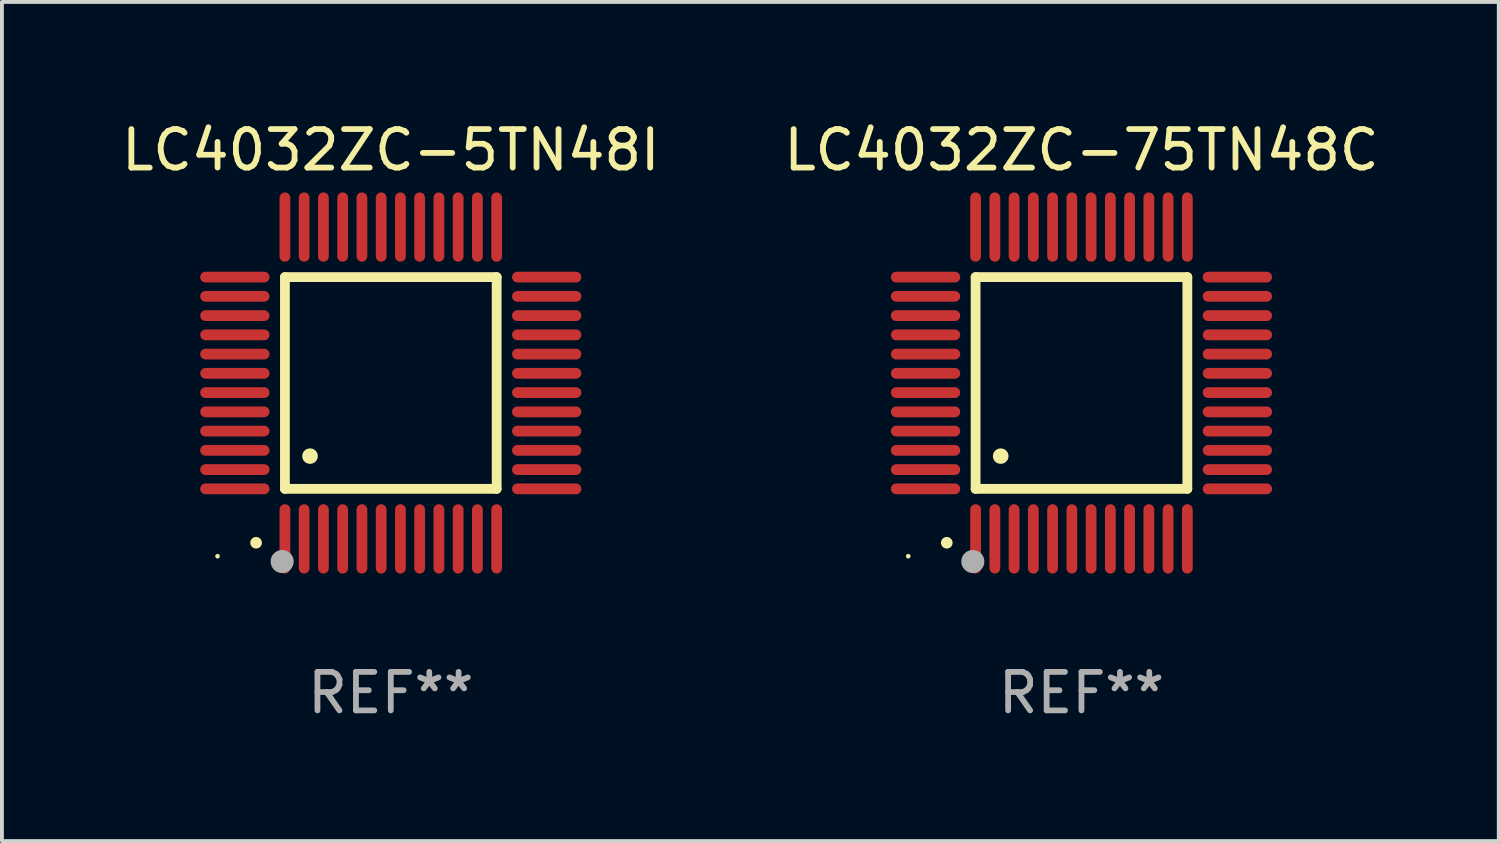
<source format=kicad_pcb>
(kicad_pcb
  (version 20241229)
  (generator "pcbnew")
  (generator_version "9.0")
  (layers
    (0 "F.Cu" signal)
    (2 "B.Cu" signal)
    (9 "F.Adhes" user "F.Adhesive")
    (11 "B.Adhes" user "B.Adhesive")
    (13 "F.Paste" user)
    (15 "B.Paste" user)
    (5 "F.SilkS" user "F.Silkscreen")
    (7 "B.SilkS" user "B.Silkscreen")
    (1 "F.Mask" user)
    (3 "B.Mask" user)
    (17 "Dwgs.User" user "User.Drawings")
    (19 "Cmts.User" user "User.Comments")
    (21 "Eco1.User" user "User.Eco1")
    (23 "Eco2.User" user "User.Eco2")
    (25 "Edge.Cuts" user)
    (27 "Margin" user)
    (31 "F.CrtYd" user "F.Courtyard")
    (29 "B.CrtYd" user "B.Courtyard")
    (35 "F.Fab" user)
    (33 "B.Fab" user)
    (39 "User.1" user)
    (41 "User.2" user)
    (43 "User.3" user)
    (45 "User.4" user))
  (footprint "LC4032ZC-5TN48I"
    (layer "F.Cu")
    (at 7.101 6.898)
    (property "Reference" "LC4032ZC-5TN48I" (at 0 -6.05 0) (layer "F.SilkS") (effects (font (size 1 1) (thickness 0.15))))
    (attr through_hole)
    (fp_line (start -2.75 -2.75) (end 2.75 -2.75) (stroke (width 0.254) (type solid)) (layer "F.SilkS"))
    (fp_line (start -2.75 2.75) (end -2.75 -2.75) (stroke (width 0.254) (type solid)) (layer "F.SilkS"))
    (fp_line (start 2.75 -2.75) (end 2.75 2.75) (stroke (width 0.254) (type solid)) (layer "F.SilkS"))
    (fp_line (start 2.75 2.75) (end -2.75 2.75) (stroke (width 0.254) (type solid)) (layer "F.SilkS"))
    (fp_arc (start -3.500127 4.150368) (mid -3.498857 4.150363) (end -3.497587 4.150368) (stroke (width 0.3) (type solid)) (layer "F.SilkS"))
    (fp_arc (start -2.100584 1.899924) (mid -2.098044 1.899908) (end -2.095504 1.899924) (stroke (width 0.4) (type solid)) (layer "F.SilkS"))
    (fp_circle (center -4.5 4.5) (end -4.47 4.5) (stroke (width 0.06) (type solid)) (fill no) (layer "F.SilkS"))
    (fp_circle (center -2.822 4.638) (end -2.672 4.638) (stroke (width 0.3) (type solid)) (fill no) (layer "F.Fab"))
    (fp_text user "REF**" (at 0 8.05 0) (layer "F.Fab") (effects (font (size 1 1) (thickness 0.15))))
    (pad "1" smd oval (at -2.75 4.05) (size 0.28 1.8) (layers "F.Cu" "F.Mask" "F.Paste"))
    (pad "2" smd oval (at -2.25 4.05) (size 0.28 1.8) (layers "F.Cu" "F.Mask" "F.Paste"))
    (pad "3" smd oval (at -1.75 4.05) (size 0.28 1.8) (layers "F.Cu" "F.Mask" "F.Paste"))
    (pad "4" smd oval (at -1.25 4.05) (size 0.28 1.8) (layers "F.Cu" "F.Mask" "F.Paste"))
    (pad "5" smd oval (at -0.75 4.05) (size 0.28 1.8) (layers "F.Cu" "F.Mask" "F.Paste"))
    (pad "6" smd oval (at -0.25 4.05) (size 0.28 1.8) (layers "F.Cu" "F.Mask" "F.Paste"))
    (pad "7" smd oval (at 0.25 4.05) (size 0.28 1.8) (layers "F.Cu" "F.Mask" "F.Paste"))
    (pad "8" smd oval (at 0.75 4.05) (size 0.28 1.8) (layers "F.Cu" "F.Mask" "F.Paste"))
    (pad "9" smd oval (at 1.25 4.05) (size 0.28 1.8) (layers "F.Cu" "F.Mask" "F.Paste"))
    (pad "10" smd oval (at 1.75 4.05) (size 0.28 1.8) (layers "F.Cu" "F.Mask" "F.Paste"))
    (pad "11" smd oval (at 2.25 4.05) (size 0.28 1.8) (layers "F.Cu" "F.Mask" "F.Paste"))
    (pad "12" smd oval (at 2.75 4.05) (size 0.28 1.8) (layers "F.Cu" "F.Mask" "F.Paste"))
    (pad "13" smd oval (at 4.05 2.75) (size 1.8 0.28) (layers "F.Cu" "F.Mask" "F.Paste"))
    (pad "14" smd oval (at 4.05 2.25) (size 1.8 0.28) (layers "F.Cu" "F.Mask" "F.Paste"))
    (pad "15" smd oval (at 4.05 1.75) (size 1.8 0.28) (layers "F.Cu" "F.Mask" "F.Paste"))
    (pad "16" smd oval (at 4.05 1.25) (size 1.8 0.28) (layers "F.Cu" "F.Mask" "F.Paste"))
    (pad "17" smd oval (at 4.05 0.75) (size 1.8 0.28) (layers "F.Cu" "F.Mask" "F.Paste"))
    (pad "18" smd oval (at 4.05 0.25) (size 1.8 0.28) (layers "F.Cu" "F.Mask" "F.Paste"))
    (pad "19" smd oval (at 4.05 -0.25) (size 1.8 0.28) (layers "F.Cu" "F.Mask" "F.Paste"))
    (pad "20" smd oval (at 4.05 -0.75) (size 1.8 0.28) (layers "F.Cu" "F.Mask" "F.Paste"))
    (pad "21" smd oval (at 4.05 -1.25) (size 1.8 0.28) (layers "F.Cu" "F.Mask" "F.Paste"))
    (pad "22" smd oval (at 4.05 -1.75) (size 1.8 0.28) (layers "F.Cu" "F.Mask" "F.Paste"))
    (pad "23" smd oval (at 4.05 -2.25) (size 1.8 0.28) (layers "F.Cu" "F.Mask" "F.Paste"))
    (pad "24" smd oval (at 4.05 -2.75) (size 1.8 0.28) (layers "F.Cu" "F.Mask" "F.Paste"))
    (pad "25" smd oval (at 2.75 -4.05) (size 0.28 1.8) (layers "F.Cu" "F.Mask" "F.Paste"))
    (pad "26" smd oval (at 2.25 -4.05) (size 0.28 1.8) (layers "F.Cu" "F.Mask" "F.Paste"))
    (pad "27" smd oval (at 1.75 -4.05) (size 0.28 1.8) (layers "F.Cu" "F.Mask" "F.Paste"))
    (pad "28" smd oval (at 1.25 -4.05) (size 0.28 1.8) (layers "F.Cu" "F.Mask" "F.Paste"))
    (pad "29" smd oval (at 0.75 -4.05) (size 0.28 1.8) (layers "F.Cu" "F.Mask" "F.Paste"))
    (pad "30" smd oval (at 0.25 -4.05) (size 0.28 1.8) (layers "F.Cu" "F.Mask" "F.Paste"))
    (pad "31" smd oval (at -0.25 -4.05) (size 0.28 1.8) (layers "F.Cu" "F.Mask" "F.Paste"))
    (pad "32" smd oval (at -0.75 -4.05) (size 0.28 1.8) (layers "F.Cu" "F.Mask" "F.Paste"))
    (pad "33" smd oval (at -1.25 -4.05) (size 0.28 1.8) (layers "F.Cu" "F.Mask" "F.Paste"))
    (pad "34" smd oval (at -1.75 -4.05) (size 0.28 1.8) (layers "F.Cu" "F.Mask" "F.Paste"))
    (pad "35" smd oval (at -2.25 -4.05) (size 0.28 1.8) (layers "F.Cu" "F.Mask" "F.Paste"))
    (pad "36" smd oval (at -2.75 -4.05) (size 0.28 1.8) (layers "F.Cu" "F.Mask" "F.Paste"))
    (pad "37" smd oval (at -4.05 -2.75) (size 1.8 0.28) (layers "F.Cu" "F.Mask" "F.Paste"))
    (pad "38" smd oval (at -4.05 -2.25) (size 1.8 0.28) (layers "F.Cu" "F.Mask" "F.Paste"))
    (pad "39" smd oval (at -4.05 -1.75) (size 1.8 0.28) (layers "F.Cu" "F.Mask" "F.Paste"))
    (pad "40" smd oval (at -4.05 -1.25) (size 1.8 0.28) (layers "F.Cu" "F.Mask" "F.Paste"))
    (pad "41" smd oval (at -4.05 -0.75) (size 1.8 0.28) (layers "F.Cu" "F.Mask" "F.Paste"))
    (pad "42" smd oval (at -4.05 -0.25) (size 1.8 0.28) (layers "F.Cu" "F.Mask" "F.Paste"))
    (pad "43" smd oval (at -4.05 0.25) (size 1.8 0.28) (layers "F.Cu" "F.Mask" "F.Paste"))
    (pad "44" smd oval (at -4.05 0.75) (size 1.8 0.28) (layers "F.Cu" "F.Mask" "F.Paste"))
    (pad "45" smd oval (at -4.05 1.25) (size 1.8 0.28) (layers "F.Cu" "F.Mask" "F.Paste"))
    (pad "46" smd oval (at -4.05 1.75) (size 1.8 0.28) (layers "F.Cu" "F.Mask" "F.Paste"))
    (pad "47" smd oval (at -4.05 2.25) (size 1.8 0.28) (layers "F.Cu" "F.Mask" "F.Paste"))
    (pad "48" smd oval (at -4.05 2.75) (size 1.8 0.28) (layers "F.Cu" "F.Mask" "F.Paste")))
  (footprint "LC4032ZC-75TN48C"
    (layer "F.Cu")
    (at 25.042 6.898)
    (property "Reference" "LC4032ZC-75TN48C" (at 0 -6.05 0) (layer "F.SilkS") (effects (font (size 1 1) (thickness 0.15))))
    (attr through_hole)
    (fp_line (start -2.75 -2.75) (end 2.75 -2.75) (stroke (width 0.254) (type solid)) (layer "F.SilkS"))
    (fp_line (start -2.75 2.75) (end -2.75 -2.75) (stroke (width 0.254) (type solid)) (layer "F.SilkS"))
    (fp_line (start 2.75 -2.75) (end 2.75 2.75) (stroke (width 0.254) (type solid)) (layer "F.SilkS"))
    (fp_line (start 2.75 2.75) (end -2.75 2.75) (stroke (width 0.254) (type solid)) (layer "F.SilkS"))
    (fp_arc (start -3.500127 4.150368) (mid -3.498857 4.150363) (end -3.497587 4.150368) (stroke (width 0.3) (type solid)) (layer "F.SilkS"))
    (fp_arc (start -2.100584 1.899924) (mid -2.098044 1.899908) (end -2.095504 1.899924) (stroke (width 0.4) (type solid)) (layer "F.SilkS"))
    (fp_circle (center -4.5 4.5) (end -4.47 4.5) (stroke (width 0.06) (type solid)) (fill no) (layer "F.SilkS"))
    (fp_circle (center -2.822 4.638) (end -2.672 4.638) (stroke (width 0.3) (type solid)) (fill no) (layer "F.Fab"))
    (fp_text user "REF**" (at 0 8.05 0) (layer "F.Fab") (effects (font (size 1 1) (thickness 0.15))))
    (pad "1" smd oval (at -2.75 4.05) (size 0.28 1.8) (layers "F.Cu" "F.Mask" "F.Paste"))
    (pad "2" smd oval (at -2.25 4.05) (size 0.28 1.8) (layers "F.Cu" "F.Mask" "F.Paste"))
    (pad "3" smd oval (at -1.75 4.05) (size 0.28 1.8) (layers "F.Cu" "F.Mask" "F.Paste"))
    (pad "4" smd oval (at -1.25 4.05) (size 0.28 1.8) (layers "F.Cu" "F.Mask" "F.Paste"))
    (pad "5" smd oval (at -0.75 4.05) (size 0.28 1.8) (layers "F.Cu" "F.Mask" "F.Paste"))
    (pad "6" smd oval (at -0.25 4.05) (size 0.28 1.8) (layers "F.Cu" "F.Mask" "F.Paste"))
    (pad "7" smd oval (at 0.25 4.05) (size 0.28 1.8) (layers "F.Cu" "F.Mask" "F.Paste"))
    (pad "8" smd oval (at 0.75 4.05) (size 0.28 1.8) (layers "F.Cu" "F.Mask" "F.Paste"))
    (pad "9" smd oval (at 1.25 4.05) (size 0.28 1.8) (layers "F.Cu" "F.Mask" "F.Paste"))
    (pad "10" smd oval (at 1.75 4.05) (size 0.28 1.8) (layers "F.Cu" "F.Mask" "F.Paste"))
    (pad "11" smd oval (at 2.25 4.05) (size 0.28 1.8) (layers "F.Cu" "F.Mask" "F.Paste"))
    (pad "12" smd oval (at 2.75 4.05) (size 0.28 1.8) (layers "F.Cu" "F.Mask" "F.Paste"))
    (pad "13" smd oval (at 4.05 2.75) (size 1.8 0.28) (layers "F.Cu" "F.Mask" "F.Paste"))
    (pad "14" smd oval (at 4.05 2.25) (size 1.8 0.28) (layers "F.Cu" "F.Mask" "F.Paste"))
    (pad "15" smd oval (at 4.05 1.75) (size 1.8 0.28) (layers "F.Cu" "F.Mask" "F.Paste"))
    (pad "16" smd oval (at 4.05 1.25) (size 1.8 0.28) (layers "F.Cu" "F.Mask" "F.Paste"))
    (pad "17" smd oval (at 4.05 0.75) (size 1.8 0.28) (layers "F.Cu" "F.Mask" "F.Paste"))
    (pad "18" smd oval (at 4.05 0.25) (size 1.8 0.28) (layers "F.Cu" "F.Mask" "F.Paste"))
    (pad "19" smd oval (at 4.05 -0.25) (size 1.8 0.28) (layers "F.Cu" "F.Mask" "F.Paste"))
    (pad "20" smd oval (at 4.05 -0.75) (size 1.8 0.28) (layers "F.Cu" "F.Mask" "F.Paste"))
    (pad "21" smd oval (at 4.05 -1.25) (size 1.8 0.28) (layers "F.Cu" "F.Mask" "F.Paste"))
    (pad "22" smd oval (at 4.05 -1.75) (size 1.8 0.28) (layers "F.Cu" "F.Mask" "F.Paste"))
    (pad "23" smd oval (at 4.05 -2.25) (size 1.8 0.28) (layers "F.Cu" "F.Mask" "F.Paste"))
    (pad "24" smd oval (at 4.05 -2.75) (size 1.8 0.28) (layers "F.Cu" "F.Mask" "F.Paste"))
    (pad "25" smd oval (at 2.75 -4.05) (size 0.28 1.8) (layers "F.Cu" "F.Mask" "F.Paste"))
    (pad "26" smd oval (at 2.25 -4.05) (size 0.28 1.8) (layers "F.Cu" "F.Mask" "F.Paste"))
    (pad "27" smd oval (at 1.75 -4.05) (size 0.28 1.8) (layers "F.Cu" "F.Mask" "F.Paste"))
    (pad "28" smd oval (at 1.25 -4.05) (size 0.28 1.8) (layers "F.Cu" "F.Mask" "F.Paste"))
    (pad "29" smd oval (at 0.75 -4.05) (size 0.28 1.8) (layers "F.Cu" "F.Mask" "F.Paste"))
    (pad "30" smd oval (at 0.25 -4.05) (size 0.28 1.8) (layers "F.Cu" "F.Mask" "F.Paste"))
    (pad "31" smd oval (at -0.25 -4.05) (size 0.28 1.8) (layers "F.Cu" "F.Mask" "F.Paste"))
    (pad "32" smd oval (at -0.75 -4.05) (size 0.28 1.8) (layers "F.Cu" "F.Mask" "F.Paste"))
    (pad "33" smd oval (at -1.25 -4.05) (size 0.28 1.8) (layers "F.Cu" "F.Mask" "F.Paste"))
    (pad "34" smd oval (at -1.75 -4.05) (size 0.28 1.8) (layers "F.Cu" "F.Mask" "F.Paste"))
    (pad "35" smd oval (at -2.25 -4.05) (size 0.28 1.8) (layers "F.Cu" "F.Mask" "F.Paste"))
    (pad "36" smd oval (at -2.75 -4.05) (size 0.28 1.8) (layers "F.Cu" "F.Mask" "F.Paste"))
    (pad "37" smd oval (at -4.05 -2.75) (size 1.8 0.28) (layers "F.Cu" "F.Mask" "F.Paste"))
    (pad "38" smd oval (at -4.05 -2.25) (size 1.8 0.28) (layers "F.Cu" "F.Mask" "F.Paste"))
    (pad "39" smd oval (at -4.05 -1.75) (size 1.8 0.28) (layers "F.Cu" "F.Mask" "F.Paste"))
    (pad "40" smd oval (at -4.05 -1.25) (size 1.8 0.28) (layers "F.Cu" "F.Mask" "F.Paste"))
    (pad "41" smd oval (at -4.05 -0.75) (size 1.8 0.28) (layers "F.Cu" "F.Mask" "F.Paste"))
    (pad "42" smd oval (at -4.05 -0.25) (size 1.8 0.28) (layers "F.Cu" "F.Mask" "F.Paste"))
    (pad "43" smd oval (at -4.05 0.25) (size 1.8 0.28) (layers "F.Cu" "F.Mask" "F.Paste"))
    (pad "44" smd oval (at -4.05 0.75) (size 1.8 0.28) (layers "F.Cu" "F.Mask" "F.Paste"))
    (pad "45" smd oval (at -4.05 1.25) (size 1.8 0.28) (layers "F.Cu" "F.Mask" "F.Paste"))
    (pad "46" smd oval (at -4.05 1.75) (size 1.8 0.28) (layers "F.Cu" "F.Mask" "F.Paste"))
    (pad "47" smd oval (at -4.05 2.25) (size 1.8 0.28) (layers "F.Cu" "F.Mask" "F.Paste"))
    (pad "48" smd oval (at -4.05 2.75) (size 1.8 0.28) (layers "F.Cu" "F.Mask" "F.Paste")))
  (gr_rect
    (start -3 -3)
    (end 35.881 18.797)
    (stroke (width 0.1) (type default))
    (fill no)
    (layer "Edge.Cuts")))
</source>
